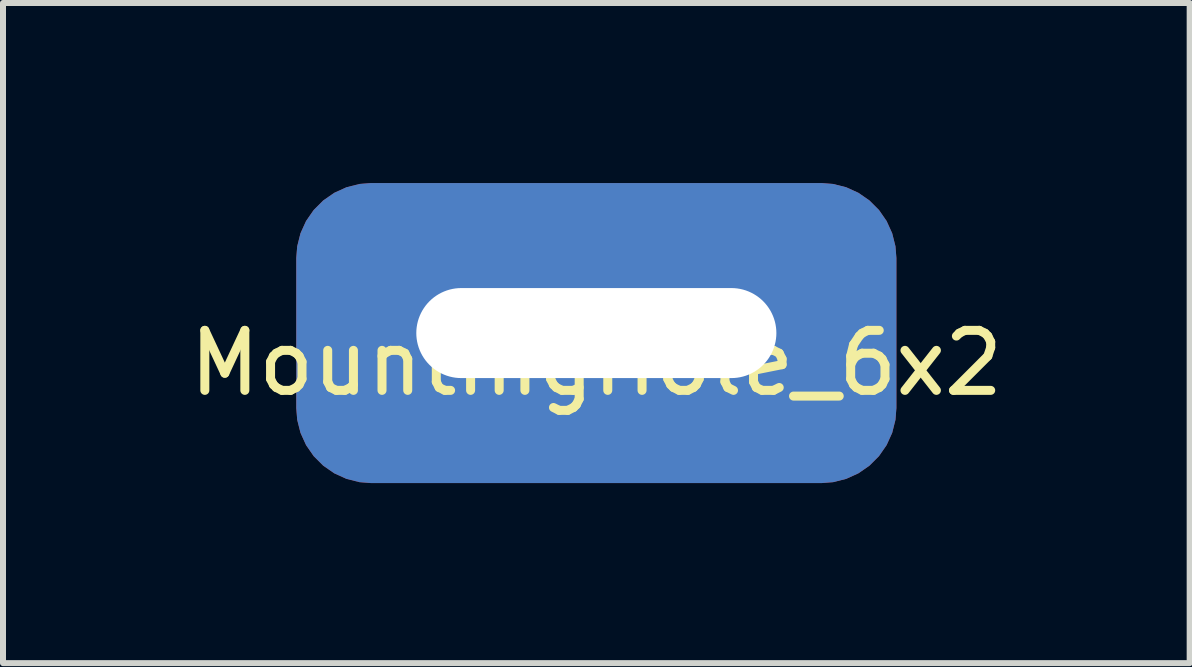
<source format=kicad_pcb>
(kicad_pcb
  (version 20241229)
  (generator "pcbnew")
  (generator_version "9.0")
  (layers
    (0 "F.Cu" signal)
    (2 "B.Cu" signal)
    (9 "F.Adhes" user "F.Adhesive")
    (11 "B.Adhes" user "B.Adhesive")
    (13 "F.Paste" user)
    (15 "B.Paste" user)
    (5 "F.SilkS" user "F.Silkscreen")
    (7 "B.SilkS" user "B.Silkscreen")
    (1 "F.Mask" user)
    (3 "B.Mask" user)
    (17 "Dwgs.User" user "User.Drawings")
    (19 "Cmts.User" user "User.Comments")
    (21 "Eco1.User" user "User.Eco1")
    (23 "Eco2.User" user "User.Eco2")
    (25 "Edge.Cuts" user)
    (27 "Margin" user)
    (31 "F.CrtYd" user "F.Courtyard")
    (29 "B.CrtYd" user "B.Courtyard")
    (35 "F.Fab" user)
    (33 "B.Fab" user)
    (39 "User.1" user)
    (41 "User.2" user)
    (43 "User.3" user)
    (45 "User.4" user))
  (footprint "MountingHole_6x2"
    (layer "F.Cu")
    (at 6.887 2.5)
    (property "Reference" "MountingHole_6x2" (at 0 0.5 0) (layer "F.SilkS") (effects (font (size 1 1) (thickness 0.15))))
    (attr through_hole)
    (pad "1" thru_hole roundrect (at 0 0) (size 10 5) (drill oval 6 1.5) (layers "*.Cu" "*.Mask") (roundrect_rratio 0.25)))
  (gr_rect
    (start -3 -3)
    (end 16.774 8)
    (stroke (width 0.1) (type default))
    (fill no)
    (layer "Edge.Cuts")))
</source>
